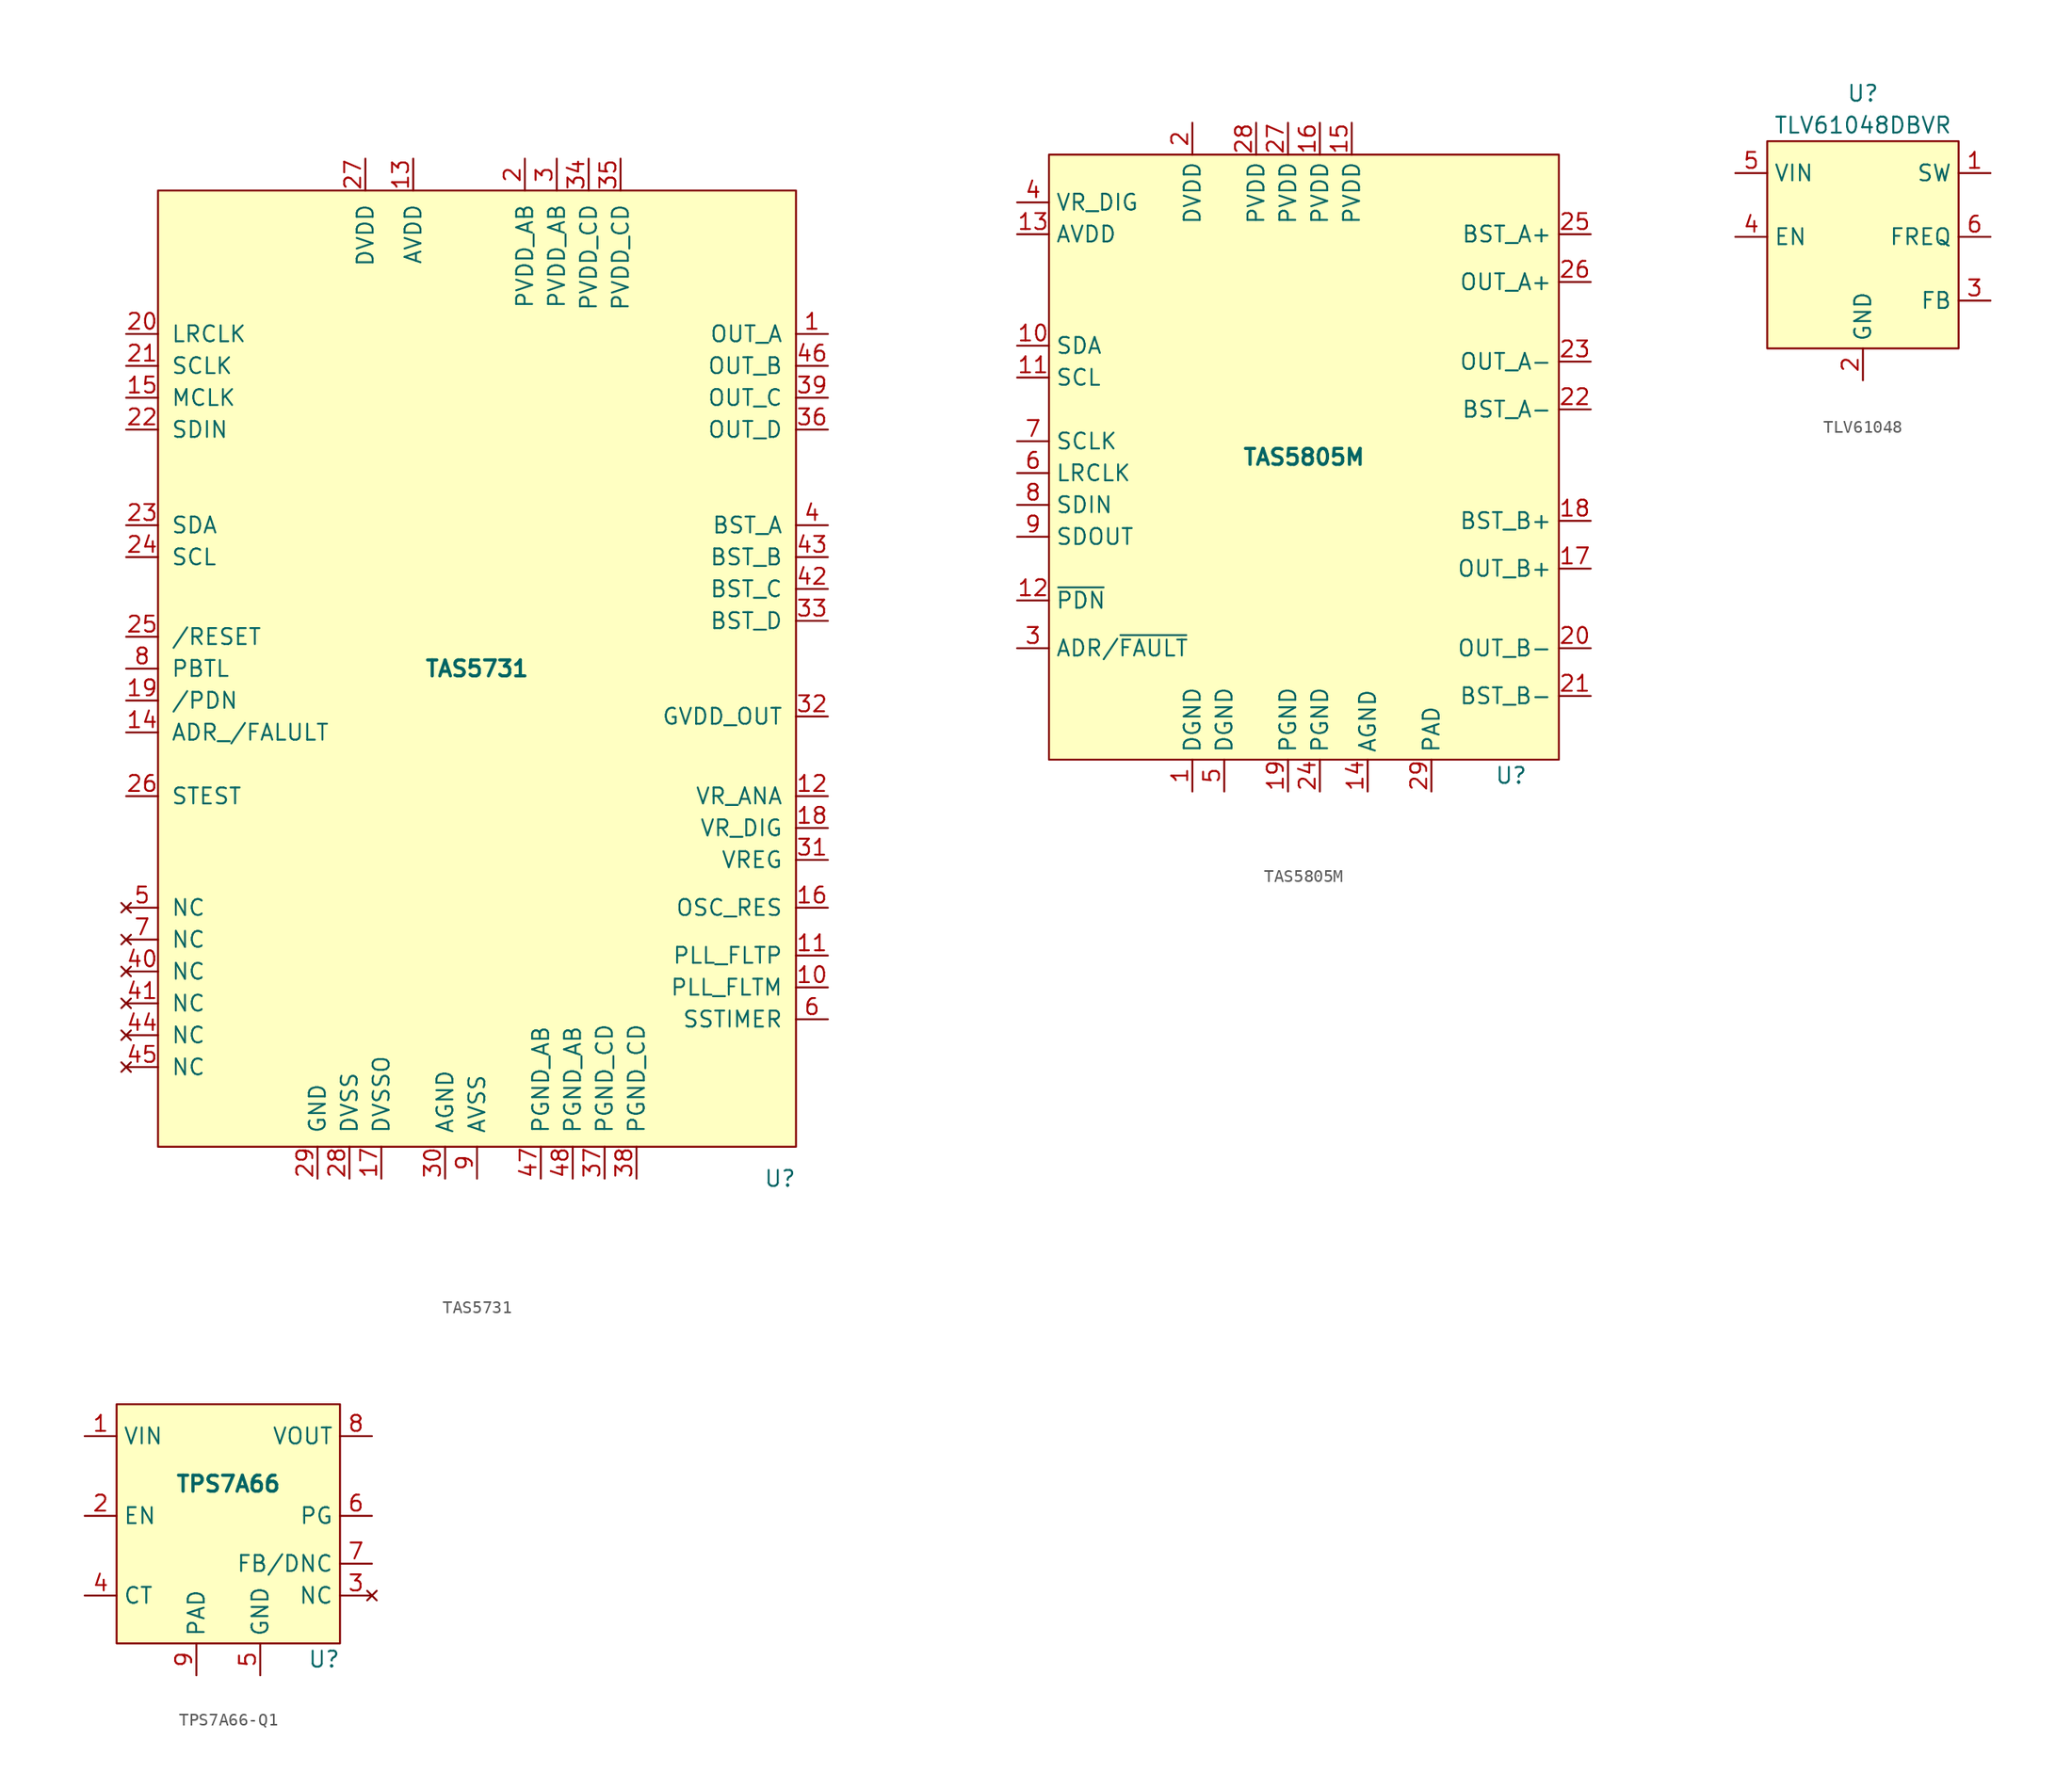
<source format=kicad_sym>
(kicad_symbol_lib
  (version 20220914)
  (generator kicad_symbol_editor)
  (symbol "TAS5731"
    (pin_names
      (offset 1.016))
    (property "Reference" "U"
      (at 24.13 -40.64 0)
      (effects (font (size 1.27 1.27))))
    (property "Value" "TAS5731"
      (at 0 0 0)
      (effects (font (size 1.27 1.27) bold)))
    (symbol "TAS5731_0_0"
      (pin output line (at 27.94 26.67 180) (length 2.54) (name "OUT_A" (effects (font (size 1.27 1.27)))) (number "1" (effects (font (size 1.27 1.27)))))
      (pin output line (at 27.94 -25.4 180) (length 2.54) (name "PLL_FLTM" (effects (font (size 1.27 1.27)))) (number "10" (effects (font (size 1.27 1.27)))))
      (pin output line (at 27.94 -22.86 180) (length 2.54) (name "PLL_FLTP" (effects (font (size 1.27 1.27)))) (number "11" (effects (font (size 1.27 1.27)))))
      (pin passive line (at 27.94 -10.16 180) (length 2.54) (name "VR_ANA" (effects (font (size 1.27 1.27)))) (number "12" (effects (font (size 1.27 1.27)))))
      (pin power_in line (at -5.08 40.64 270) (length 2.54) (name "AVDD" (effects (font (size 1.27 1.27)))) (number "13" (effects (font (size 1.27 1.27)))))
      (pin bidirectional line (at -27.94 -5.08 0) (length 2.54) (name "ADR_/FALULT" (effects (font (size 1.27 1.27)))) (number "14" (effects (font (size 1.27 1.27)))))
      (pin input line (at -27.94 21.59 0) (length 2.54) (name "MCLK" (effects (font (size 1.27 1.27)))) (number "15" (effects (font (size 1.27 1.27)))))
      (pin output line (at 27.94 -19.05 180) (length 2.54) (name "OSC_RES" (effects (font (size 1.27 1.27)))) (number "16" (effects (font (size 1.27 1.27)))))
      (pin passive line (at -7.62 -40.64 90) (length 2.54) (name "DVSSO" (effects (font (size 1.27 1.27)))) (number "17" (effects (font (size 1.27 1.27)))))
      (pin passive line (at 27.94 -12.7 180) (length 2.54) (name "VR_DIG" (effects (font (size 1.27 1.27)))) (number "18" (effects (font (size 1.27 1.27)))))
      (pin input line (at -27.94 -2.54 0) (length 2.54) (name "/PDN" (effects (font (size 1.27 1.27)))) (number "19" (effects (font (size 1.27 1.27)))))
      (pin power_in line (at 3.81 40.64 270) (length 2.54) (name "PVDD_AB" (effects (font (size 1.27 1.27)))) (number "2" (effects (font (size 1.27 1.27)))))
      (pin input line (at -27.94 26.67 0) (length 2.54) (name "LRCLK" (effects (font (size 1.27 1.27)))) (number "20" (effects (font (size 1.27 1.27)))))
      (pin input line (at -27.94 24.13 0) (length 2.54) (name "SCLK" (effects (font (size 1.27 1.27)))) (number "21" (effects (font (size 1.27 1.27)))))
      (pin input line (at -27.94 19.05 0) (length 2.54) (name "SDIN" (effects (font (size 1.27 1.27)))) (number "22" (effects (font (size 1.27 1.27)))))
      (pin bidirectional line (at -27.94 11.43 0) (length 2.54) (name "SDA" (effects (font (size 1.27 1.27)))) (number "23" (effects (font (size 1.27 1.27)))))
      (pin input line (at -27.94 8.89 0) (length 2.54) (name "SCL" (effects (font (size 1.27 1.27)))) (number "24" (effects (font (size 1.27 1.27)))))
      (pin input line (at -27.94 2.54 0) (length 2.54) (name "/RESET" (effects (font (size 1.27 1.27)))) (number "25" (effects (font (size 1.27 1.27)))))
      (pin input line (at -27.94 -10.16 0) (length 2.54) (name "STEST" (effects (font (size 1.27 1.27)))) (number "26" (effects (font (size 1.27 1.27)))))
      (pin power_in line (at -8.89 40.64 270) (length 2.54) (name "DVDD" (effects (font (size 1.27 1.27)))) (number "27" (effects (font (size 1.27 1.27)))))
      (pin passive line (at -10.16 -40.64 90) (length 2.54) (name "DVSS" (effects (font (size 1.27 1.27)))) (number "28" (effects (font (size 1.27 1.27)))))
      (pin passive line (at -12.7 -40.64 90) (length 2.54) (name "GND" (effects (font (size 1.27 1.27)))) (number "29" (effects (font (size 1.27 1.27)))))
      (pin power_in line (at 6.35 40.64 270) (length 2.54) (name "PVDD_AB" (effects (font (size 1.27 1.27)))) (number "3" (effects (font (size 1.27 1.27)))))
      (pin passive line (at -2.54 -40.64 90) (length 2.54) (name "AGND" (effects (font (size 1.27 1.27)))) (number "30" (effects (font (size 1.27 1.27)))))
      (pin passive line (at 27.94 -15.24 180) (length 2.54) (name "VREG" (effects (font (size 1.27 1.27)))) (number "31" (effects (font (size 1.27 1.27)))))
      (pin passive line (at 27.94 -3.81 180) (length 2.54) (name "GVDD_OUT" (effects (font (size 1.27 1.27)))) (number "32" (effects (font (size 1.27 1.27)))))
      (pin passive line (at 27.94 3.81 180) (length 2.54) (name "BST_D" (effects (font (size 1.27 1.27)))) (number "33" (effects (font (size 1.27 1.27)))))
      (pin power_in line (at 8.89 40.64 270) (length 2.54) (name "PVDD_CD" (effects (font (size 1.27 1.27)))) (number "34" (effects (font (size 1.27 1.27)))))
      (pin power_in line (at 11.43 40.64 270) (length 2.54) (name "PVDD_CD" (effects (font (size 1.27 1.27)))) (number "35" (effects (font (size 1.27 1.27)))))
      (pin output line (at 27.94 19.05 180) (length 2.54) (name "OUT_D" (effects (font (size 1.27 1.27)))) (number "36" (effects (font (size 1.27 1.27)))))
      (pin passive line (at 10.16 -40.64 90) (length 2.54) (name "PGND_CD" (effects (font (size 1.27 1.27)))) (number "37" (effects (font (size 1.27 1.27)))))
      (pin passive line (at 12.7 -40.64 90) (length 2.54) (name "PGND_CD" (effects (font (size 1.27 1.27)))) (number "38" (effects (font (size 1.27 1.27)))))
      (pin output line (at 27.94 21.59 180) (length 2.54) (name "OUT_C" (effects (font (size 1.27 1.27)))) (number "39" (effects (font (size 1.27 1.27)))))
      (pin passive line (at 27.94 11.43 180) (length 2.54) (name "BST_A" (effects (font (size 1.27 1.27)))) (number "4" (effects (font (size 1.27 1.27)))))
      (pin no_connect line (at -27.94 -24.13 0) (length 2.54) (name "NC" (effects (font (size 1.27 1.27)))) (number "40" (effects (font (size 1.27 1.27)))))
      (pin no_connect line (at -27.94 -26.67 0) (length 2.54) (name "NC" (effects (font (size 1.27 1.27)))) (number "41" (effects (font (size 1.27 1.27)))))
      (pin passive line (at 27.94 6.35 180) (length 2.54) (name "BST_C" (effects (font (size 1.27 1.27)))) (number "42" (effects (font (size 1.27 1.27)))))
      (pin passive line (at 27.94 8.89 180) (length 2.54) (name "BST_B" (effects (font (size 1.27 1.27)))) (number "43" (effects (font (size 1.27 1.27)))))
      (pin no_connect line (at -27.94 -29.21 0) (length 2.54) (name "NC" (effects (font (size 1.27 1.27)))) (number "44" (effects (font (size 1.27 1.27)))))
      (pin no_connect line (at -27.94 -31.75 0) (length 2.54) (name "NC" (effects (font (size 1.27 1.27)))) (number "45" (effects (font (size 1.27 1.27)))))
      (pin output line (at 27.94 24.13 180) (length 2.54) (name "OUT_B" (effects (font (size 1.27 1.27)))) (number "46" (effects (font (size 1.27 1.27)))))
      (pin passive line (at 5.08 -40.64 90) (length 2.54) (name "PGND_AB" (effects (font (size 1.27 1.27)))) (number "47" (effects (font (size 1.27 1.27)))))
      (pin passive line (at 7.62 -40.64 90) (length 2.54) (name "PGND_AB" (effects (font (size 1.27 1.27)))) (number "48" (effects (font (size 1.27 1.27)))))
      (pin no_connect line (at -27.94 -19.05 0) (length 2.54) (name "NC" (effects (font (size 1.27 1.27)))) (number "5" (effects (font (size 1.27 1.27)))))
      (pin input line (at 27.94 -27.94 180) (length 2.54) (name "SSTIMER" (effects (font (size 1.27 1.27)))) (number "6" (effects (font (size 1.27 1.27)))))
      (pin no_connect line (at -27.94 -21.59 0) (length 2.54) (name "NC" (effects (font (size 1.27 1.27)))) (number "7" (effects (font (size 1.27 1.27)))))
      (pin input line (at -27.94 0 0) (length 2.54) (name "PBTL" (effects (font (size 1.27 1.27)))) (number "8" (effects (font (size 1.27 1.27)))))
      (pin passive line (at 0 -40.64 90) (length 2.54) (name "AVSS" (effects (font (size 1.27 1.27)))) (number "9" (effects (font (size 1.27 1.27))))))
    (symbol "TAS5731_0_1"
      (rectangle (start -25.4 38.1) (end 25.4 -38.1) (stroke (width 0) (type default)) (fill (type background)))))
  (symbol "TAS5805M"
    (property "Reference" "U"
      (at 16.51 -24.13 0)
      (effects (font (size 1.27 1.27))))
    (property "Value" "TAS5805M"
      (at 0 1.27 0)
      (effects (font (size 1.27 1.27) bold)))
    (symbol "TAS5805M_0_0"
      (pin passive line (at -8.89 -25.4 90) (length 2.54) (name "DGND" (effects (font (size 1.27 1.27)))) (number "1" (effects (font (size 1.27 1.27)))))
      (pin bidirectional line (at -22.86 10.16 0) (length 2.54) (name "SDA" (effects (font (size 1.27 1.27)))) (number "10" (effects (font (size 1.27 1.27)))))
      (pin input line (at -22.86 7.62 0) (length 2.54) (name "SCL" (effects (font (size 1.27 1.27)))) (number "11" (effects (font (size 1.27 1.27)))))
      (pin input line (at -22.86 -10.16 0) (length 2.54) (name "~{PDN}" (effects (font (size 1.27 1.27)))) (number "12" (effects (font (size 1.27 1.27)))))
      (pin passive line (at 5.08 -25.4 90) (length 2.54) (name "AGND" (effects (font (size 1.27 1.27)))) (number "14" (effects (font (size 1.27 1.27)))))
      (pin power_in line (at 3.81 27.94 270) (length 2.54) (name "PVDD" (effects (font (size 1.27 1.27)))) (number "15" (effects (font (size 1.27 1.27)))))
      (pin power_in line (at 1.27 27.94 270) (length 2.54) (name "PVDD" (effects (font (size 1.27 1.27)))) (number "16" (effects (font (size 1.27 1.27)))))
      (pin output line (at 22.86 -7.62 180) (length 2.54) (name "OUT_B+" (effects (font (size 1.27 1.27)))) (number "17" (effects (font (size 1.27 1.27)))))
      (pin power_out line (at 22.86 -3.81 180) (length 2.54) (name "BST_B+" (effects (font (size 1.27 1.27)))) (number "18" (effects (font (size 1.27 1.27)))))
      (pin passive line (at -1.27 -25.4 90) (length 2.54) (name "PGND" (effects (font (size 1.27 1.27)))) (number "19" (effects (font (size 1.27 1.27)))))
      (pin power_in line (at -8.89 27.94 270) (length 2.54) (name "DVDD" (effects (font (size 1.27 1.27)))) (number "2" (effects (font (size 1.27 1.27)))))
      (pin output line (at 22.86 -13.97 180) (length 2.54) (name "OUT_B-" (effects (font (size 1.27 1.27)))) (number "20" (effects (font (size 1.27 1.27)))))
      (pin power_out line (at 22.86 -17.78 180) (length 2.54) (name "BST_B-" (effects (font (size 1.27 1.27)))) (number "21" (effects (font (size 1.27 1.27)))))
      (pin power_out line (at 22.86 5.08 180) (length 2.54) (name "BST_A-" (effects (font (size 1.27 1.27)))) (number "22" (effects (font (size 1.27 1.27)))))
      (pin output line (at 22.86 8.89 180) (length 2.54) (name "OUT_A-" (effects (font (size 1.27 1.27)))) (number "23" (effects (font (size 1.27 1.27)))))
      (pin passive line (at 1.27 -25.4 90) (length 2.54) (name "PGND" (effects (font (size 1.27 1.27)))) (number "24" (effects (font (size 1.27 1.27)))))
      (pin power_out line (at 22.86 19.05 180) (length 2.54) (name "BST_A+" (effects (font (size 1.27 1.27)))) (number "25" (effects (font (size 1.27 1.27)))))
      (pin output line (at 22.86 15.24 180) (length 2.54) (name "OUT_A+" (effects (font (size 1.27 1.27)))) (number "26" (effects (font (size 1.27 1.27)))))
      (pin power_in line (at -1.27 27.94 270) (length 2.54) (name "PVDD" (effects (font (size 1.27 1.27)))) (number "27" (effects (font (size 1.27 1.27)))))
      (pin power_in line (at -3.81 27.94 270) (length 2.54) (name "PVDD" (effects (font (size 1.27 1.27)))) (number "28" (effects (font (size 1.27 1.27)))))
      (pin power_out line (at -22.86 21.59 0) (length 2.54) (name "VR_DIG" (effects (font (size 1.27 1.27)))) (number "4" (effects (font (size 1.27 1.27)))))
      (pin passive line (at -6.35 -25.4 90) (length 2.54) (name "DGND" (effects (font (size 1.27 1.27)))) (number "5" (effects (font (size 1.27 1.27)))))
      (pin input line (at -22.86 0 0) (length 2.54) (name "LRCLK" (effects (font (size 1.27 1.27)))) (number "6" (effects (font (size 1.27 1.27)))))
      (pin input line (at -22.86 2.54 0) (length 2.54) (name "SCLK" (effects (font (size 1.27 1.27)))) (number "7" (effects (font (size 1.27 1.27)))))
      (pin input line (at -22.86 -2.54 0) (length 2.54) (name "SDIN" (effects (font (size 1.27 1.27)))) (number "8" (effects (font (size 1.27 1.27)))))
      (pin output line (at -22.86 -5.08 0) (length 2.54) (name "SDOUT" (effects (font (size 1.27 1.27)))) (number "9" (effects (font (size 1.27 1.27))))))
    (symbol "TAS5805M_1_0"
      (pin power_out line (at -22.86 19.05 0) (length 2.54) (name "AVDD" (effects (font (size 1.27 1.27)))) (number "13" (effects (font (size 1.27 1.27)))))
      (pin passive line (at 10.16 -25.4 90) (length 2.54) (name "PAD" (effects (font (size 1.27 1.27)))) (number "29" (effects (font (size 1.27 1.27)))))
      (pin bidirectional line (at -22.86 -13.97 0) (length 2.54) (name "ADR/~{FAULT}" (effects (font (size 1.27 1.27)))) (number "3" (effects (font (size 1.27 1.27))))))
    (symbol "TAS5805M_1_1"
      (rectangle (start -20.32 25.4) (end 20.32 -22.86) (stroke (width 0) (type default)) (fill (type background)))))
  (symbol "TLV61048"
    (property "Reference" "U"
      (at 0 15.24 0)
      (effects (font (size 1.27 1.27))))
    (property "Value" "TLV61048DBVR"
      (at 0 12.7 0)
      (effects (font (size 1.27 1.27))))
    (symbol "TLV61048_0_0"
      (pin power_in line (at 10.16 8.89 180) (length 2.54) (name "SW" (effects (font (size 1.27 1.27)))) (number "1" (effects (font (size 1.27 1.27)))))
      (pin passive line (at 0 -7.62 90) (length 2.54) (name "GND" (effects (font (size 1.27 1.27)))) (number "2" (effects (font (size 1.27 1.27)))))
      (pin input line (at 10.16 -1.27 180) (length 2.54) (name "FB" (effects (font (size 1.27 1.27)))) (number "3" (effects (font (size 1.27 1.27)))))
      (pin input line (at -10.16 3.81 0) (length 2.54) (name "EN" (effects (font (size 1.27 1.27)))) (number "4" (effects (font (size 1.27 1.27)))))
      (pin power_in line (at -10.16 8.89 0) (length 2.54) (name "VIN" (effects (font (size 1.27 1.27)))) (number "5" (effects (font (size 1.27 1.27)))))
      (pin input line (at 10.16 3.81 180) (length 2.54) (name "FREQ" (effects (font (size 1.27 1.27)))) (number "6" (effects (font (size 1.27 1.27))))))
    (symbol "TLV61048_1_1"
      (rectangle (start -7.62 11.43) (end 7.62 -5.08) (stroke (width 0) (type default)) (fill (type background)))))
  (symbol "TPS7A66-Q1"
    (property "Reference" "U"
      (at 7.62 -11.43 0)
      (effects (font (size 1.27 1.27))))
    (property "Value" "TPS7A66"
      (at 0 2.54 0)
      (effects (font (size 1.27 1.27) bold)))
    (symbol "TPS7A66-Q1_0_0"
      (pin power_in line (at -11.43 6.35 0) (length 2.54) (name "VIN" (effects (font (size 1.27 1.27)))) (number "1" (effects (font (size 1.27 1.27)))))
      (pin input line (at -11.43 0 0) (length 2.54) (name "EN" (effects (font (size 1.27 1.27)))) (number "2" (effects (font (size 1.27 1.27)))))
      (pin no_connect line (at 11.43 -6.35 180) (length 2.54) (name "NC" (effects (font (size 1.27 1.27)))) (number "3" (effects (font (size 1.27 1.27)))))
      (pin output line (at -11.43 -6.35 0) (length 2.54) (name "CT" (effects (font (size 1.27 1.27)))) (number "4" (effects (font (size 1.27 1.27)))))
      (pin passive line (at 2.54 -12.7 90) (length 2.54) (name "GND" (effects (font (size 1.27 1.27)))) (number "5" (effects (font (size 1.27 1.27)))))
      (pin output line (at 11.43 0 180) (length 2.54) (name "PG" (effects (font (size 1.27 1.27)))) (number "6" (effects (font (size 1.27 1.27)))))
      (pin input line (at 11.43 -3.81 180) (length 2.54) (name "FB/DNC" (effects (font (size 1.27 1.27)))) (number "7" (effects (font (size 1.27 1.27)))))
      (pin power_out line (at 11.43 6.35 180) (length 2.54) (name "VOUT" (effects (font (size 1.27 1.27)))) (number "8" (effects (font (size 1.27 1.27)))))
      (pin passive line (at -2.54 -12.7 90) (length 2.54) (name "PAD" (effects (font (size 1.27 1.27)))) (number "9" (effects (font (size 1.27 1.27))))))
    (symbol "TPS7A66-Q1_1_1"
      (rectangle (start -8.89 8.89) (end 8.89 -10.16) (stroke (width 0) (type default)) (fill (type background))))))
</source>
